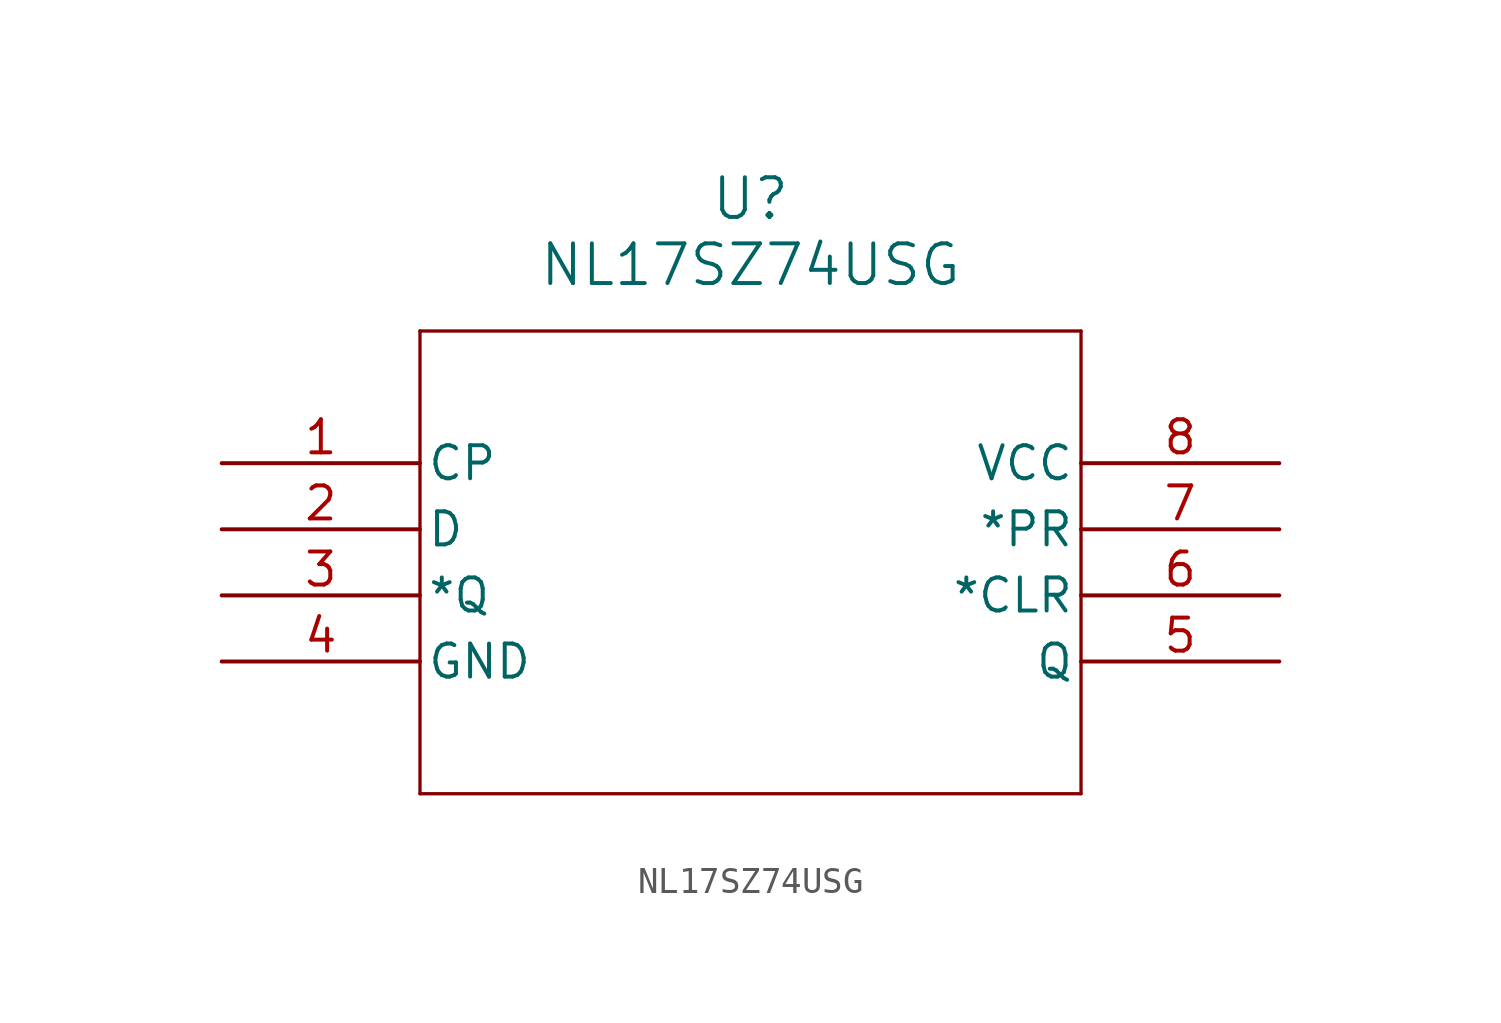
<source format=kicad_sym>
(kicad_symbol_lib
  (version 20211014)
  (generator kicad_symbol_editor)
  (symbol "NL17SZ74USG"
    (pin_names
      (offset 0.254))
    (property "Reference" "U"
      (at 20.32 10.16 0)
      (effects (font (size 1.524 1.524))))
    (property "Value" "NL17SZ74USG"
      (at 20.32 7.62 0)
      (effects (font (size 1.524 1.524))))
    (symbol "NL17SZ74USG_0_1"
      (polyline (pts (xy 7.62 5.08) (xy 7.62 -12.7)) (stroke (width 0.127) (type default) (color 0 0 0 0)) (fill (type none)))
      (polyline (pts (xy 7.62 -12.7) (xy 33.02 -12.7)) (stroke (width 0.127) (type default) (color 0 0 0 0)) (fill (type none)))
      (polyline (pts (xy 33.02 -12.7) (xy 33.02 5.08)) (stroke (width 0.127) (type default) (color 0 0 0 0)) (fill (type none)))
      (polyline (pts (xy 33.02 5.08) (xy 7.62 5.08)) (stroke (width 0.127) (type default) (color 0 0 0 0)) (fill (type none)))
      (pin unspecified line (at 0 0 0) (length 7.62) (name "CP" (effects (font (size 1.27 1.27)))) (number "1" (effects (font (size 1.27 1.27)))))
      (pin unspecified line (at 0 -2.54 0) (length 7.62) (name "D" (effects (font (size 1.27 1.27)))) (number "2" (effects (font (size 1.27 1.27)))))
      (pin unspecified line (at 0 -5.08 0) (length 7.62) (name "*Q" (effects (font (size 1.27 1.27)))) (number "3" (effects (font (size 1.27 1.27)))))
      (pin power_in line (at 0 -7.62 0) (length 7.62) (name "GND" (effects (font (size 1.27 1.27)))) (number "4" (effects (font (size 1.27 1.27)))))
      (pin unspecified line (at 40.64 -7.62 180) (length 7.62) (name "Q" (effects (font (size 1.27 1.27)))) (number "5" (effects (font (size 1.27 1.27)))))
      (pin unspecified line (at 40.64 -5.08 180) (length 7.62) (name "*CLR" (effects (font (size 1.27 1.27)))) (number "6" (effects (font (size 1.27 1.27)))))
      (pin unspecified line (at 40.64 -2.54 180) (length 7.62) (name "*PR" (effects (font (size 1.27 1.27)))) (number "7" (effects (font (size 1.27 1.27)))))
      (pin power_in line (at 40.64 0 180) (length 7.62) (name "VCC" (effects (font (size 1.27 1.27)))) (number "8" (effects (font (size 1.27 1.27))))))))
</source>
